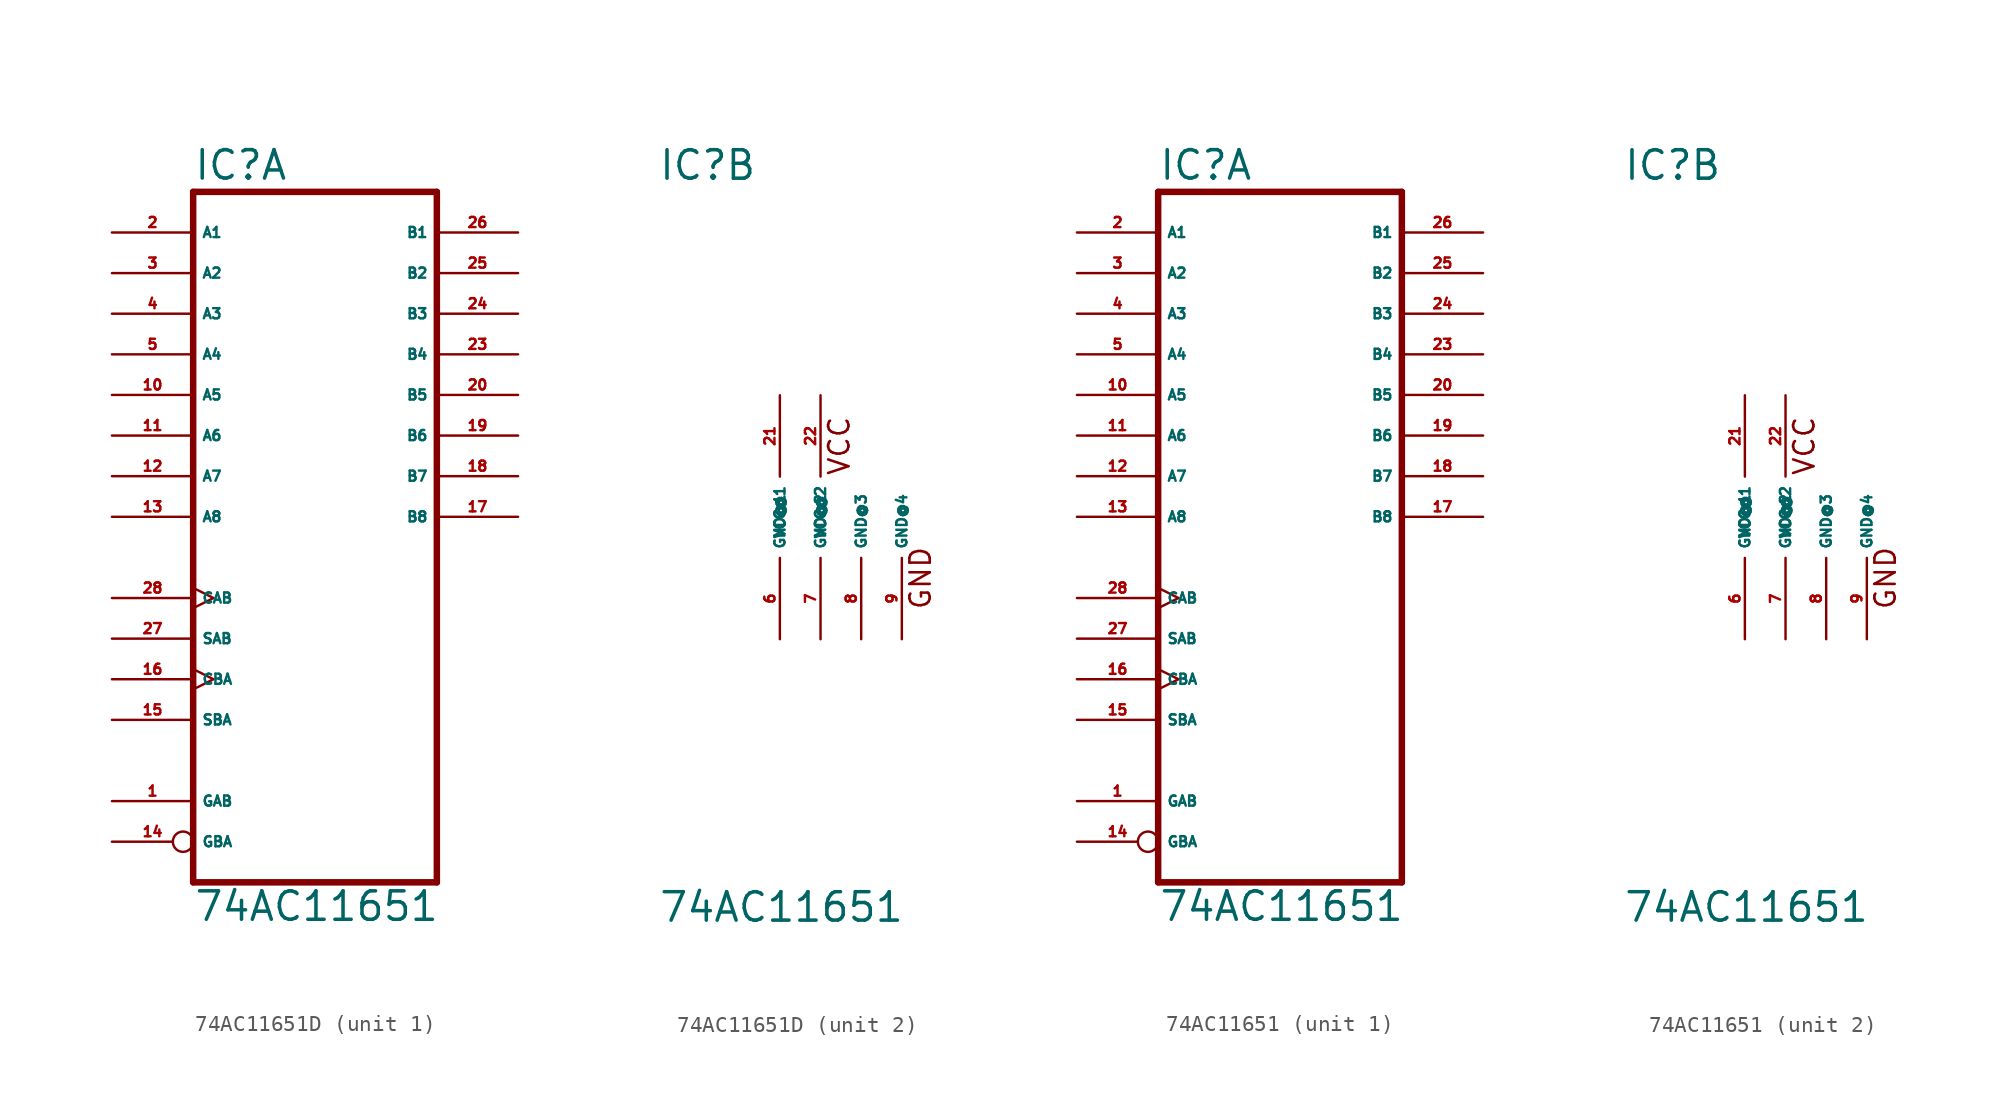
<source format=kicad_sym>
(kicad_symbol_lib
  (version 20220914)
  (generator Eagle2Kicad)
  (symbol "74AC11651D"
    (property "Reference" "IC"
      (at -7.62 20.955 0)
      (effects (font (size 1.778 1.778) (thickness 0.22)) (justify left bottom)))
    (property "Value" "74AC11651"
      (at -7.62 -25.4 0)
      (effects (font (size 1.778 1.778) (thickness 0.22)) (justify left bottom)))
    (symbol "74AC11651D_1_0"
      (polyline (pts (xy -7.62 -22.86) (xy 7.62 -22.86)) (stroke (width 0.406) (type default)) (fill (type none)))
      (polyline (pts (xy 7.62 -22.86) (xy 7.62 20.32)) (stroke (width 0.406) (type default)) (fill (type none)))
      (polyline (pts (xy 7.62 20.32) (xy -7.62 20.32)) (stroke (width 0.406) (type default)) (fill (type none)))
      (polyline (pts (xy -7.62 20.32) (xy -7.62 -22.86)) (stroke (width 0.406) (type default)) (fill (type none)))
      (pin input line (at -12.7 -17.78 0) (length 5.08) (name "GAB" (effects (font (size 0.635 0.635) (thickness 0.08)) (justify left bottom))) (number "1" (effects (font (size 0.635 0.635) (thickness 0.08)) (justify left bottom))))
      (pin bidirectional line (at -12.7 17.78 0) (length 5.08) (name "A1" (effects (font (size 0.635 0.635) (thickness 0.08)) (justify left bottom))) (number "2" (effects (font (size 0.635 0.635) (thickness 0.08)) (justify left bottom))))
      (pin bidirectional line (at -12.7 15.24 0) (length 5.08) (name "A2" (effects (font (size 0.635 0.635) (thickness 0.08)) (justify left bottom))) (number "3" (effects (font (size 0.635 0.635) (thickness 0.08)) (justify left bottom))))
      (pin bidirectional line (at -12.7 12.7 0) (length 5.08) (name "A3" (effects (font (size 0.635 0.635) (thickness 0.08)) (justify left bottom))) (number "4" (effects (font (size 0.635 0.635) (thickness 0.08)) (justify left bottom))))
      (pin bidirectional line (at -12.7 10.16 0) (length 5.08) (name "A4" (effects (font (size 0.635 0.635) (thickness 0.08)) (justify left bottom))) (number "5" (effects (font (size 0.635 0.635) (thickness 0.08)) (justify left bottom))))
      (pin bidirectional line (at -12.7 7.62 0) (length 5.08) (name "A5" (effects (font (size 0.635 0.635) (thickness 0.08)) (justify left bottom))) (number "10" (effects (font (size 0.635 0.635) (thickness 0.08)) (justify left bottom))))
      (pin bidirectional line (at -12.7 5.08 0) (length 5.08) (name "A6" (effects (font (size 0.635 0.635) (thickness 0.08)) (justify left bottom))) (number "11" (effects (font (size 0.635 0.635) (thickness 0.08)) (justify left bottom))))
      (pin bidirectional line (at -12.7 2.54 0) (length 5.08) (name "A7" (effects (font (size 0.635 0.635) (thickness 0.08)) (justify left bottom))) (number "12" (effects (font (size 0.635 0.635) (thickness 0.08)) (justify left bottom))))
      (pin bidirectional line (at -12.7 0 0) (length 5.08) (name "A8" (effects (font (size 0.635 0.635) (thickness 0.08)) (justify left bottom))) (number "13" (effects (font (size 0.635 0.635) (thickness 0.08)) (justify left bottom))))
      (pin input inverted (at -12.7 -20.32 0) (length 5.08) (name "GBA" (effects (font (size 0.635 0.635) (thickness 0.08)) (justify left bottom))) (number "14" (effects (font (size 0.635 0.635) (thickness 0.08)) (justify left bottom))))
      (pin input line (at -12.7 -12.7 0) (length 5.08) (name "SBA" (effects (font (size 0.635 0.635) (thickness 0.08)) (justify left bottom))) (number "15" (effects (font (size 0.635 0.635) (thickness 0.08)) (justify left bottom))))
      (pin input clock (at -12.7 -10.16 0) (length 5.08) (name "CBA" (effects (font (size 0.635 0.635) (thickness 0.08)) (justify left bottom))) (number "16" (effects (font (size 0.635 0.635) (thickness 0.08)) (justify left bottom))))
      (pin bidirectional line (at 12.7 0 180) (length 5.08) (name "B8" (effects (font (size 0.635 0.635) (thickness 0.08)) (justify left bottom))) (number "17" (effects (font (size 0.635 0.635) (thickness 0.08)) (justify left bottom))))
      (pin bidirectional line (at 12.7 2.54 180) (length 5.08) (name "B7" (effects (font (size 0.635 0.635) (thickness 0.08)) (justify left bottom))) (number "18" (effects (font (size 0.635 0.635) (thickness 0.08)) (justify left bottom))))
      (pin bidirectional line (at 12.7 5.08 180) (length 5.08) (name "B6" (effects (font (size 0.635 0.635) (thickness 0.08)) (justify left bottom))) (number "19" (effects (font (size 0.635 0.635) (thickness 0.08)) (justify left bottom))))
      (pin bidirectional line (at 12.7 7.62 180) (length 5.08) (name "B5" (effects (font (size 0.635 0.635) (thickness 0.08)) (justify left bottom))) (number "20" (effects (font (size 0.635 0.635) (thickness 0.08)) (justify left bottom))))
      (pin bidirectional line (at 12.7 10.16 180) (length 5.08) (name "B4" (effects (font (size 0.635 0.635) (thickness 0.08)) (justify left bottom))) (number "23" (effects (font (size 0.635 0.635) (thickness 0.08)) (justify left bottom))))
      (pin bidirectional line (at 12.7 12.7 180) (length 5.08) (name "B3" (effects (font (size 0.635 0.635) (thickness 0.08)) (justify left bottom))) (number "24" (effects (font (size 0.635 0.635) (thickness 0.08)) (justify left bottom))))
      (pin bidirectional line (at 12.7 15.24 180) (length 5.08) (name "B2" (effects (font (size 0.635 0.635) (thickness 0.08)) (justify left bottom))) (number "25" (effects (font (size 0.635 0.635) (thickness 0.08)) (justify left bottom))))
      (pin bidirectional line (at 12.7 17.78 180) (length 5.08) (name "B1" (effects (font (size 0.635 0.635) (thickness 0.08)) (justify left bottom))) (number "26" (effects (font (size 0.635 0.635) (thickness 0.08)) (justify left bottom))))
      (pin input line (at -12.7 -7.62 0) (length 5.08) (name "SAB" (effects (font (size 0.635 0.635) (thickness 0.08)) (justify left bottom))) (number "27" (effects (font (size 0.635 0.635) (thickness 0.08)) (justify left bottom))))
      (pin input clock (at -12.7 -5.08 0) (length 5.08) (name "CAB" (effects (font (size 0.635 0.635) (thickness 0.08)) (justify left bottom))) (number "28" (effects (font (size 0.635 0.635) (thickness 0.08)) (justify left bottom)))))
    (symbol "74AC11651D_2_0"
      (text "VCC" (at 4.445 2.54 900) (effects (font (size 1.27 1.27) (thickness 0.16)) (justify left bottom)))
      (text "GND" (at 9.525 -5.842 900) (effects (font (size 1.27 1.27) (thickness 0.16)) (justify left bottom)))
      (pin unspecified line (at 0 -7.62 90) (length 5.08) (name "GND@1" (effects (font (size 0.635 0.635) (thickness 0.08)) (justify left bottom))) (number "6" (effects (font (size 0.635 0.635) (thickness 0.08)) (justify left bottom))))
      (pin unspecified line (at 2.54 -7.62 90) (length 5.08) (name "GND@2" (effects (font (size 0.635 0.635) (thickness 0.08)) (justify left bottom))) (number "7" (effects (font (size 0.635 0.635) (thickness 0.08)) (justify left bottom))))
      (pin unspecified line (at 5.08 -7.62 90) (length 5.08) (name "GND@3" (effects (font (size 0.635 0.635) (thickness 0.08)) (justify left bottom))) (number "8" (effects (font (size 0.635 0.635) (thickness 0.08)) (justify left bottom))))
      (pin unspecified line (at 7.62 -7.62 90) (length 5.08) (name "GND@4" (effects (font (size 0.635 0.635) (thickness 0.08)) (justify left bottom))) (number "9" (effects (font (size 0.635 0.635) (thickness 0.08)) (justify left bottom))))
      (pin unspecified line (at 0 7.62 270) (length 5.08) (name "VCC@1" (effects (font (size 0.635 0.635) (thickness 0.08)) (justify left bottom))) (number "21" (effects (font (size 0.635 0.635) (thickness 0.08)) (justify left bottom))))
      (pin unspecified line (at 2.54 7.62 270) (length 5.08) (name "VCC@2" (effects (font (size 0.635 0.635) (thickness 0.08)) (justify left bottom))) (number "22" (effects (font (size 0.635 0.635) (thickness 0.08)) (justify left bottom))))))
  (symbol "74AC11651"
    (property "Reference" "IC"
      (at -7.62 20.955 0)
      (effects (font (size 1.778 1.778) (thickness 0.22)) (justify left bottom)))
    (property "Value" "74AC11651"
      (at -7.62 -25.4 0)
      (effects (font (size 1.778 1.778) (thickness 0.22)) (justify left bottom)))
    (symbol "74AC11651_1_0"
      (polyline (pts (xy -7.62 -22.86) (xy 7.62 -22.86)) (stroke (width 0.406) (type default)) (fill (type none)))
      (polyline (pts (xy 7.62 -22.86) (xy 7.62 20.32)) (stroke (width 0.406) (type default)) (fill (type none)))
      (polyline (pts (xy 7.62 20.32) (xy -7.62 20.32)) (stroke (width 0.406) (type default)) (fill (type none)))
      (polyline (pts (xy -7.62 20.32) (xy -7.62 -22.86)) (stroke (width 0.406) (type default)) (fill (type none)))
      (pin input line (at -12.7 -17.78 0) (length 5.08) (name "GAB" (effects (font (size 0.635 0.635) (thickness 0.08)) (justify left bottom))) (number "1" (effects (font (size 0.635 0.635) (thickness 0.08)) (justify left bottom))))
      (pin bidirectional line (at -12.7 17.78 0) (length 5.08) (name "A1" (effects (font (size 0.635 0.635) (thickness 0.08)) (justify left bottom))) (number "2" (effects (font (size 0.635 0.635) (thickness 0.08)) (justify left bottom))))
      (pin bidirectional line (at -12.7 15.24 0) (length 5.08) (name "A2" (effects (font (size 0.635 0.635) (thickness 0.08)) (justify left bottom))) (number "3" (effects (font (size 0.635 0.635) (thickness 0.08)) (justify left bottom))))
      (pin bidirectional line (at -12.7 12.7 0) (length 5.08) (name "A3" (effects (font (size 0.635 0.635) (thickness 0.08)) (justify left bottom))) (number "4" (effects (font (size 0.635 0.635) (thickness 0.08)) (justify left bottom))))
      (pin bidirectional line (at -12.7 10.16 0) (length 5.08) (name "A4" (effects (font (size 0.635 0.635) (thickness 0.08)) (justify left bottom))) (number "5" (effects (font (size 0.635 0.635) (thickness 0.08)) (justify left bottom))))
      (pin bidirectional line (at -12.7 7.62 0) (length 5.08) (name "A5" (effects (font (size 0.635 0.635) (thickness 0.08)) (justify left bottom))) (number "10" (effects (font (size 0.635 0.635) (thickness 0.08)) (justify left bottom))))
      (pin bidirectional line (at -12.7 5.08 0) (length 5.08) (name "A6" (effects (font (size 0.635 0.635) (thickness 0.08)) (justify left bottom))) (number "11" (effects (font (size 0.635 0.635) (thickness 0.08)) (justify left bottom))))
      (pin bidirectional line (at -12.7 2.54 0) (length 5.08) (name "A7" (effects (font (size 0.635 0.635) (thickness 0.08)) (justify left bottom))) (number "12" (effects (font (size 0.635 0.635) (thickness 0.08)) (justify left bottom))))
      (pin bidirectional line (at -12.7 0 0) (length 5.08) (name "A8" (effects (font (size 0.635 0.635) (thickness 0.08)) (justify left bottom))) (number "13" (effects (font (size 0.635 0.635) (thickness 0.08)) (justify left bottom))))
      (pin input inverted (at -12.7 -20.32 0) (length 5.08) (name "GBA" (effects (font (size 0.635 0.635) (thickness 0.08)) (justify left bottom))) (number "14" (effects (font (size 0.635 0.635) (thickness 0.08)) (justify left bottom))))
      (pin input line (at -12.7 -12.7 0) (length 5.08) (name "SBA" (effects (font (size 0.635 0.635) (thickness 0.08)) (justify left bottom))) (number "15" (effects (font (size 0.635 0.635) (thickness 0.08)) (justify left bottom))))
      (pin input clock (at -12.7 -10.16 0) (length 5.08) (name "CBA" (effects (font (size 0.635 0.635) (thickness 0.08)) (justify left bottom))) (number "16" (effects (font (size 0.635 0.635) (thickness 0.08)) (justify left bottom))))
      (pin bidirectional line (at 12.7 0 180) (length 5.08) (name "B8" (effects (font (size 0.635 0.635) (thickness 0.08)) (justify left bottom))) (number "17" (effects (font (size 0.635 0.635) (thickness 0.08)) (justify left bottom))))
      (pin bidirectional line (at 12.7 2.54 180) (length 5.08) (name "B7" (effects (font (size 0.635 0.635) (thickness 0.08)) (justify left bottom))) (number "18" (effects (font (size 0.635 0.635) (thickness 0.08)) (justify left bottom))))
      (pin bidirectional line (at 12.7 5.08 180) (length 5.08) (name "B6" (effects (font (size 0.635 0.635) (thickness 0.08)) (justify left bottom))) (number "19" (effects (font (size 0.635 0.635) (thickness 0.08)) (justify left bottom))))
      (pin bidirectional line (at 12.7 7.62 180) (length 5.08) (name "B5" (effects (font (size 0.635 0.635) (thickness 0.08)) (justify left bottom))) (number "20" (effects (font (size 0.635 0.635) (thickness 0.08)) (justify left bottom))))
      (pin bidirectional line (at 12.7 10.16 180) (length 5.08) (name "B4" (effects (font (size 0.635 0.635) (thickness 0.08)) (justify left bottom))) (number "23" (effects (font (size 0.635 0.635) (thickness 0.08)) (justify left bottom))))
      (pin bidirectional line (at 12.7 12.7 180) (length 5.08) (name "B3" (effects (font (size 0.635 0.635) (thickness 0.08)) (justify left bottom))) (number "24" (effects (font (size 0.635 0.635) (thickness 0.08)) (justify left bottom))))
      (pin bidirectional line (at 12.7 15.24 180) (length 5.08) (name "B2" (effects (font (size 0.635 0.635) (thickness 0.08)) (justify left bottom))) (number "25" (effects (font (size 0.635 0.635) (thickness 0.08)) (justify left bottom))))
      (pin bidirectional line (at 12.7 17.78 180) (length 5.08) (name "B1" (effects (font (size 0.635 0.635) (thickness 0.08)) (justify left bottom))) (number "26" (effects (font (size 0.635 0.635) (thickness 0.08)) (justify left bottom))))
      (pin input line (at -12.7 -7.62 0) (length 5.08) (name "SAB" (effects (font (size 0.635 0.635) (thickness 0.08)) (justify left bottom))) (number "27" (effects (font (size 0.635 0.635) (thickness 0.08)) (justify left bottom))))
      (pin input clock (at -12.7 -5.08 0) (length 5.08) (name "CAB" (effects (font (size 0.635 0.635) (thickness 0.08)) (justify left bottom))) (number "28" (effects (font (size 0.635 0.635) (thickness 0.08)) (justify left bottom)))))
    (symbol "74AC11651_2_0"
      (text "VCC" (at 4.445 2.54 900) (effects (font (size 1.27 1.27) (thickness 0.16)) (justify left bottom)))
      (text "GND" (at 9.525 -5.842 900) (effects (font (size 1.27 1.27) (thickness 0.16)) (justify left bottom)))
      (pin unspecified line (at 0 -7.62 90) (length 5.08) (name "GND@1" (effects (font (size 0.635 0.635) (thickness 0.08)) (justify left bottom))) (number "6" (effects (font (size 0.635 0.635) (thickness 0.08)) (justify left bottom))))
      (pin unspecified line (at 2.54 -7.62 90) (length 5.08) (name "GND@2" (effects (font (size 0.635 0.635) (thickness 0.08)) (justify left bottom))) (number "7" (effects (font (size 0.635 0.635) (thickness 0.08)) (justify left bottom))))
      (pin unspecified line (at 5.08 -7.62 90) (length 5.08) (name "GND@3" (effects (font (size 0.635 0.635) (thickness 0.08)) (justify left bottom))) (number "8" (effects (font (size 0.635 0.635) (thickness 0.08)) (justify left bottom))))
      (pin unspecified line (at 7.62 -7.62 90) (length 5.08) (name "GND@4" (effects (font (size 0.635 0.635) (thickness 0.08)) (justify left bottom))) (number "9" (effects (font (size 0.635 0.635) (thickness 0.08)) (justify left bottom))))
      (pin unspecified line (at 0 7.62 270) (length 5.08) (name "VCC@1" (effects (font (size 0.635 0.635) (thickness 0.08)) (justify left bottom))) (number "21" (effects (font (size 0.635 0.635) (thickness 0.08)) (justify left bottom))))
      (pin unspecified line (at 2.54 7.62 270) (length 5.08) (name "VCC@2" (effects (font (size 0.635 0.635) (thickness 0.08)) (justify left bottom))) (number "22" (effects (font (size 0.635 0.635) (thickness 0.08)) (justify left bottom)))))))
</source>
